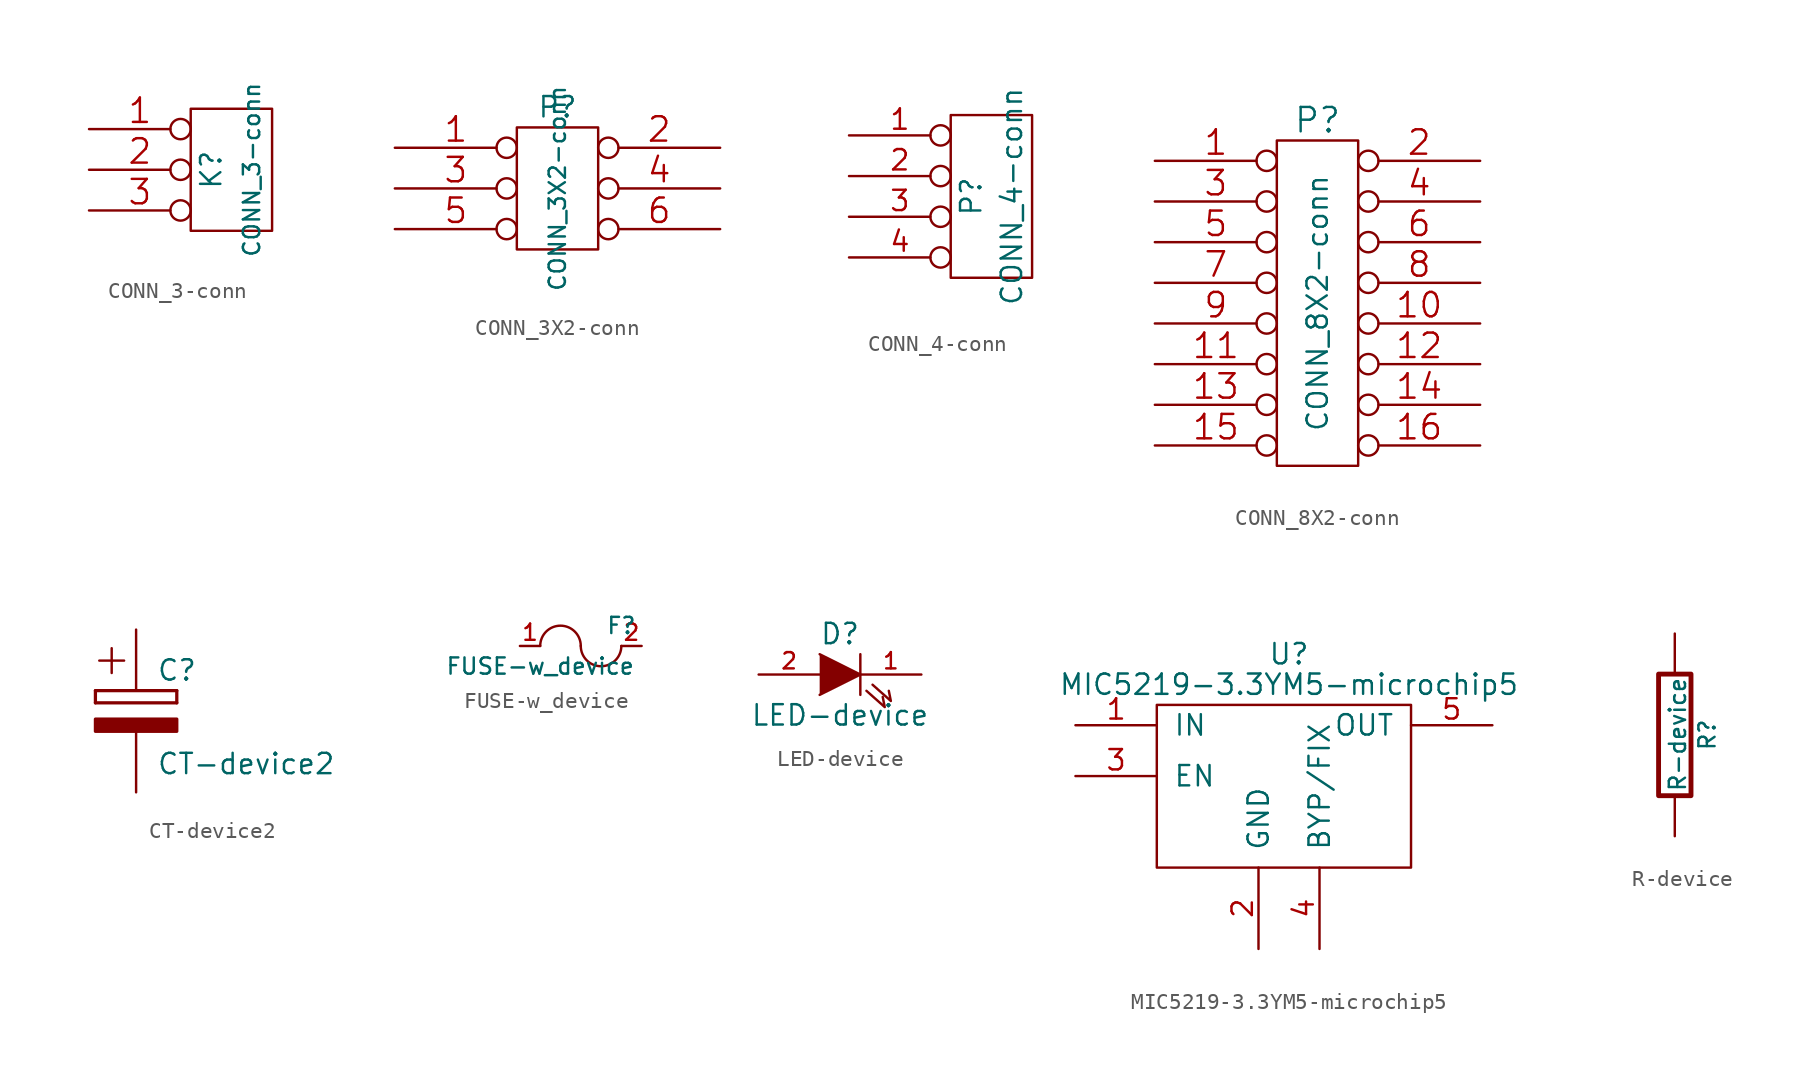
<source format=kicad_sym>
(kicad_symbol_lib
  (version 20231120)
  (generator "kicad_symbol_editor")
  (generator_version "8.0")
  (symbol "CONN_3-conn"
    (pin_names
      (offset 1.016) hide)
    (property "Reference" "K"
      (at -1.27 0 90)
      (effects (font (size 1.27 1.27))))
    (property "Value" "CONN_3-conn"
      (at 1.27 0 90)
      (effects (font (size 1.016 1.016))))
    (symbol "CONN_3-conn_0_1"
      (rectangle (start -2.54 3.81) (end 2.54 -3.81) (stroke (width 0) (type solid)) (fill (type none))))
    (symbol "CONN_3-conn_1_1"
      (pin passive inverted (at -8.89 2.54 0) (length 6.35) (name "P1" (effects (font (size 1.524 1.524)))) (number "1" (effects (font (size 1.524 1.524)))))
      (pin passive inverted (at -8.89 0 0) (length 6.35) (name "PM" (effects (font (size 1.524 1.524)))) (number "2" (effects (font (size 1.524 1.524)))))
      (pin passive inverted (at -8.89 -2.54 0) (length 6.35) (name "P3" (effects (font (size 1.524 1.524)))) (number "3" (effects (font (size 1.524 1.524)))))))
  (symbol "CONN_3X2-conn"
    (pin_names
      (offset 1.016) hide)
    (property "Reference" "P"
      (at 0 6.35 0)
      (effects (font (size 1.27 1.27))))
    (property "Value" "CONN_3X2-conn"
      (at 0 1.27 90)
      (effects (font (size 1.016 1.016))))
    (symbol "CONN_3X2-conn_0_1"
      (rectangle (start -2.54 5.08) (end 2.54 -2.54) (stroke (width 0) (type solid)) (fill (type none))))
    (symbol "CONN_3X2-conn_1_1"
      (pin passive inverted (at -10.16 3.81 0) (length 7.62) (name "1" (effects (font (size 1.524 1.524)))) (number "1" (effects (font (size 1.524 1.524)))))
      (pin passive inverted (at 10.16 3.81 180) (length 7.62) (name "2" (effects (font (size 1.524 1.524)))) (number "2" (effects (font (size 1.524 1.524)))))
      (pin passive inverted (at -10.16 1.27 0) (length 7.62) (name "3" (effects (font (size 1.524 1.524)))) (number "3" (effects (font (size 1.524 1.524)))))
      (pin passive inverted (at 10.16 1.27 180) (length 7.62) (name "4" (effects (font (size 1.524 1.524)))) (number "4" (effects (font (size 1.524 1.524)))))
      (pin passive inverted (at -10.16 -1.27 0) (length 7.62) (name "5" (effects (font (size 1.524 1.524)))) (number "5" (effects (font (size 1.524 1.524)))))
      (pin passive inverted (at 10.16 -1.27 180) (length 7.62) (name "6" (effects (font (size 1.524 1.524)))) (number "6" (effects (font (size 1.524 1.524)))))))
  (symbol "CONN_4-conn"
    (pin_names
      (offset 1.016) hide)
    (property "Reference" "P"
      (at -1.27 0 90)
      (effects (font (size 1.27 1.27))))
    (property "Value" "CONN_4-conn"
      (at 1.27 0 90)
      (effects (font (size 1.27 1.27))))
    (symbol "CONN_4-conn_0_1"
      (rectangle (start -2.54 5.08) (end 2.54 -5.08) (stroke (width 0) (type solid)) (fill (type none))))
    (symbol "CONN_4-conn_1_1"
      (pin passive inverted (at -8.89 3.81 0) (length 6.35) (name "P1" (effects (font (size 1.27 1.27)))) (number "1" (effects (font (size 1.27 1.27)))))
      (pin passive inverted (at -8.89 1.27 0) (length 6.35) (name "P2" (effects (font (size 1.27 1.27)))) (number "2" (effects (font (size 1.27 1.27)))))
      (pin passive inverted (at -8.89 -1.27 0) (length 6.35) (name "P3" (effects (font (size 1.27 1.27)))) (number "3" (effects (font (size 1.27 1.27)))))
      (pin passive inverted (at -8.89 -3.81 0) (length 6.35) (name "P4" (effects (font (size 1.27 1.27)))) (number "4" (effects (font (size 1.27 1.27)))))))
  (symbol "CONN_8X2-conn"
    (pin_names
      (offset 1.016))
    (property "Reference" "P"
      (at 0 11.43 0)
      (effects (font (size 1.524 1.524))))
    (property "Value" "CONN_8X2-conn"
      (at 0 0 90)
      (effects (font (size 1.27 1.27))))
    (symbol "CONN_8X2-conn_0_1"
      (rectangle (start -2.54 10.16) (end 2.54 -10.16) (stroke (width 0) (type solid)) (fill (type none))))
    (symbol "CONN_8X2-conn_1_1"
      (pin passive inverted (at -10.16 8.89 0) (length 7.62) (name "~" (effects (font (size 1.524 1.524)))) (number "1" (effects (font (size 1.524 1.524)))))
      (pin passive inverted (at 10.16 -1.27 180) (length 7.62) (name "~" (effects (font (size 1.524 1.524)))) (number "10" (effects (font (size 1.524 1.524)))))
      (pin passive inverted (at -10.16 -3.81 0) (length 7.62) (name "~" (effects (font (size 1.524 1.524)))) (number "11" (effects (font (size 1.524 1.524)))))
      (pin passive inverted (at 10.16 -3.81 180) (length 7.62) (name "~" (effects (font (size 1.524 1.524)))) (number "12" (effects (font (size 1.524 1.524)))))
      (pin passive inverted (at -10.16 -6.35 0) (length 7.62) (name "~" (effects (font (size 1.524 1.524)))) (number "13" (effects (font (size 1.524 1.524)))))
      (pin passive inverted (at 10.16 -6.35 180) (length 7.62) (name "~" (effects (font (size 1.524 1.524)))) (number "14" (effects (font (size 1.524 1.524)))))
      (pin passive inverted (at -10.16 -8.89 0) (length 7.62) (name "~" (effects (font (size 1.524 1.524)))) (number "15" (effects (font (size 1.524 1.524)))))
      (pin passive inverted (at 10.16 -8.89 180) (length 7.62) (name "~" (effects (font (size 1.524 1.524)))) (number "16" (effects (font (size 1.524 1.524)))))
      (pin passive inverted (at 10.16 8.89 180) (length 7.62) (name "~" (effects (font (size 1.524 1.524)))) (number "2" (effects (font (size 1.524 1.524)))))
      (pin passive inverted (at -10.16 6.35 0) (length 7.62) (name "~" (effects (font (size 1.524 1.524)))) (number "3" (effects (font (size 1.524 1.524)))))
      (pin passive inverted (at 10.16 6.35 180) (length 7.62) (name "~" (effects (font (size 1.524 1.524)))) (number "4" (effects (font (size 1.524 1.524)))))
      (pin passive inverted (at -10.16 3.81 0) (length 7.62) (name "~" (effects (font (size 1.524 1.524)))) (number "5" (effects (font (size 1.524 1.524)))))
      (pin passive inverted (at 10.16 3.81 180) (length 7.62) (name "~" (effects (font (size 1.524 1.524)))) (number "6" (effects (font (size 1.524 1.524)))))
      (pin passive inverted (at -10.16 1.27 0) (length 7.62) (name "~" (effects (font (size 1.524 1.524)))) (number "7" (effects (font (size 1.524 1.524)))))
      (pin passive inverted (at 10.16 1.27 180) (length 7.62) (name "~" (effects (font (size 1.524 1.524)))) (number "8" (effects (font (size 1.524 1.524)))))
      (pin passive inverted (at -10.16 -1.27 0) (length 7.62) (name "~" (effects (font (size 1.524 1.524)))) (number "9" (effects (font (size 1.524 1.524)))))))
  (symbol "CT-device2"
    (pin_numbers hide)
    (pin_names
      (offset 0.254) hide)
    (property "Reference" "C"
      (at 1.27 2.54 0)
      (effects (font (size 1.27 1.27)) (justify left)))
    (property "Value" "CT-device2"
      (at 1.27 -3.302 0)
      (effects (font (size 1.27 1.27)) (justify left)))
    (property "Footprint" ""
      (at 0 0 0)
      (effects (font (size 1.524 1.524))))
    (property "Datasheet" ""
      (at 0 0 0)
      (effects (font (size 1.524 1.524))))
    (symbol "CT-device2_0_0"
      (text "+" (at -1.524 3.302 0) (effects (font (size 2.032 2.032)))))
    (symbol "CT-device2_0_1"
      (polyline (pts (xy -2.54 1.27) (xy -2.54 0.508)) (stroke (width 0.203) (type solid)) (fill (type none)))
      (polyline (pts (xy 2.54 0.508) (xy -2.54 0.508)) (stroke (width 0.203) (type solid)) (fill (type none)))
      (polyline (pts (xy 2.54 0.508) (xy 2.54 1.27)) (stroke (width 0.203) (type solid)) (fill (type none)))
      (polyline (pts (xy 2.54 1.27) (xy -2.54 1.27)) (stroke (width 0.203) (type solid)) (fill (type none)))
      (rectangle (start 2.54 -1.27) (end -2.54 -0.508) (stroke (width 0.203) (type solid)) (fill (type outline))))
    (symbol "CT-device2_1_1"
      (pin passive line (at 0 -5.08 90) (length 3.81) (name "~" (effects (font (size 1.016 1.016)))) (number "1" (effects (font (size 1.016 1.016)))))
      (pin passive line (at 0 5.08 270) (length 3.708) (name "~" (effects (font (size 1.016 1.016)))) (number "2" (effects (font (size 1.016 1.016)))))))
  (symbol "FUSE-w_device"
    (pin_names
      (offset 0.254))
    (property "Reference" "F"
      (at 2.54 1.27 0)
      (effects (font (size 1.016 1.016))))
    (property "Value" "FUSE-w_device"
      (at -2.54 -1.27 0)
      (effects (font (size 1.016 1.016))))
    (symbol "FUSE-w_device_0_1"
      (arc (start 0 0) (mid -1.27 1.27) (end -2.54 0) (stroke (width 0) (type solid)) (fill (type none)))
      (arc (start 0 0) (mid 1.27 -1.27) (end 2.54 0) (stroke (width 0) (type solid)) (fill (type none))))
    (symbol "FUSE-w_device_1_1"
      (pin input line (at -3.81 0 0) (length 1.27) (name "~" (effects (font (size 1.016 1.016)))) (number "1" (effects (font (size 1.016 1.016)))))
      (pin input line (at 3.81 0 180) (length 1.27) (name "~" (effects (font (size 1.016 1.016)))) (number "2" (effects (font (size 1.016 1.016)))))))
  (symbol "LED-device"
    (pin_names
      (offset 1.016) hide)
    (property "Reference" "D"
      (at 0 2.54 0)
      (effects (font (size 1.27 1.27))))
    (property "Value" "LED-device"
      (at 0 -2.54 0)
      (effects (font (size 1.27 1.27))))
    (property "Footprint" ""
      (at 0 0 0)
      (effects (font (size 1.524 1.524))))
    (property "Datasheet" ""
      (at 0 0 0)
      (effects (font (size 1.524 1.524))))
    (symbol "LED-device_0_1"
      (polyline (pts (xy 1.27 1.27) (xy 1.27 -1.27)) (stroke (width 0) (type solid)) (fill (type none)))
      (polyline (pts (xy -1.27 1.27) (xy 1.27 0) (xy -1.27 -1.27)) (stroke (width 0) (type solid)) (fill (type outline)))
      (polyline (pts (xy 1.651 -1.016) (xy 2.794 -2.032) (xy 2.667 -1.397)) (stroke (width 0) (type solid)) (fill (type none)))
      (polyline (pts (xy 2.032 -0.635) (xy 3.175 -1.651) (xy 3.048 -1.016)) (stroke (width 0) (type solid)) (fill (type none))))
    (symbol "LED-device_1_1"
      (pin passive line (at 5.08 0 180) (length 3.81) (name "K" (effects (font (size 1.016 1.016)))) (number "1" (effects (font (size 1.016 1.016)))))
      (pin passive line (at -5.08 0 0) (length 3.81) (name "A" (effects (font (size 1.016 1.016)))) (number "2" (effects (font (size 1.016 1.016)))))))
  (symbol "MIC5219-3.3YM5-microchip5"
    (pin_names
      (offset 1.016))
    (property "Reference" "U"
      (at 0 7.62 0)
      (effects (font (size 1.27 1.27))))
    (property "Value" "MIC5219-3.3YM5-microchip5"
      (at 0 5.715 0)
      (effects (font (size 1.27 1.27))))
    (symbol "MIC5219-3.3YM5-microchip5_0_0"
      (pin power_in line (at -13.335 3.175 0) (length 5.08) (name "IN" (effects (font (size 1.27 1.27)))) (number "1" (effects (font (size 1.27 1.27)))))
      (pin power_in line (at -1.905 -10.795 90) (length 5.08) (name "GND" (effects (font (size 1.27 1.27)))) (number "2" (effects (font (size 1.27 1.27)))))
      (pin input line (at -13.335 0 0) (length 5.08) (name "EN" (effects (font (size 1.27 1.27)))) (number "3" (effects (font (size 1.27 1.27)))))
      (pin input line (at 1.905 -10.795 90) (length 5.08) (name "BYP/FIX" (effects (font (size 1.27 1.27)))) (number "4" (effects (font (size 1.27 1.27)))))
      (pin power_out line (at 12.7 3.175 180) (length 5.08) (name "OUT" (effects (font (size 1.27 1.27)))) (number "5" (effects (font (size 1.27 1.27))))))
    (symbol "MIC5219-3.3YM5-microchip5_0_1"
      (rectangle (start -8.255 4.445) (end 7.62 -5.715) (stroke (width 0) (type solid)) (fill (type none)))))
  (symbol "R-device"
    (pin_numbers hide)
    (pin_names
      (offset 0))
    (property "Reference" "R"
      (at 2.032 0 90)
      (effects (font (size 1.016 1.016))))
    (property "Value" "R-device"
      (at 0.178 0.025 90)
      (effects (font (size 1.016 1.016))))
    (property "Footprint" ""
      (at -1.778 0 90)
      (effects (font (size 0.762 0.762))))
    (property "Datasheet" ""
      (at 0 0 0)
      (effects (font (size 0.762 0.762))))
    (symbol "R-device_0_1"
      (rectangle (start -1.016 3.81) (end 1.016 -3.81) (stroke (width 0.305) (type solid)) (fill (type none))))
    (symbol "R-device_1_1"
      (pin passive line (at 0 6.35 270) (length 2.54) (name "~" (effects (font (size 1.524 1.524)))) (number "1" (effects (font (size 1.524 1.524)))))
      (pin passive line (at 0 -6.35 90) (length 2.54) (name "~" (effects (font (size 1.524 1.524)))) (number "2" (effects (font (size 1.524 1.524))))))))
</source>
